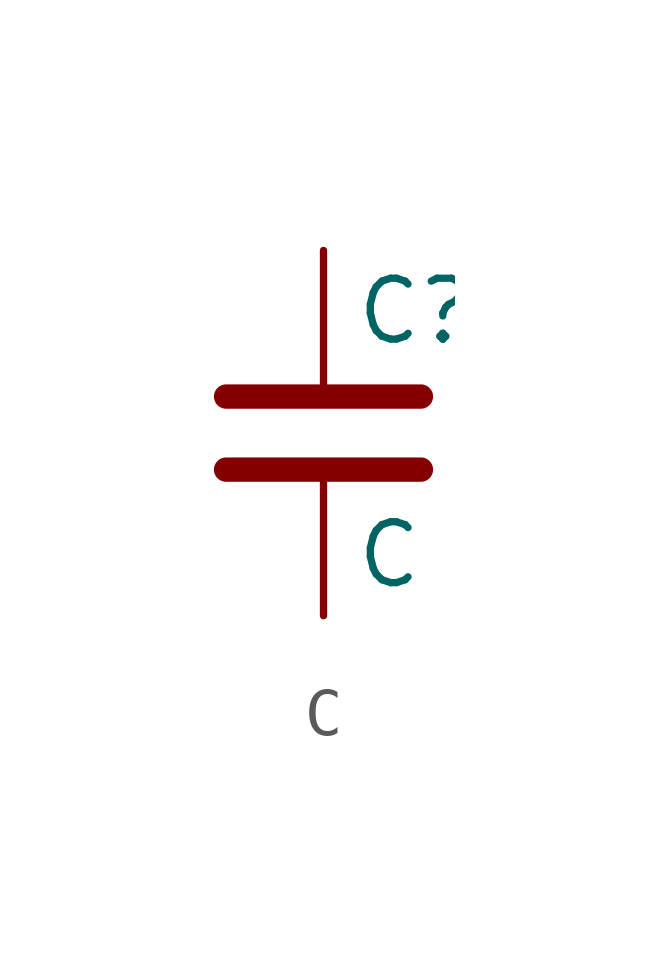
<source format=kicad_sym>
(kicad_symbol_lib
  (version 20220914)
  (generator kicad_symbol_editor)
  (symbol "C"
    (pin_numbers hide)
    (pin_names
      (offset 0.254))
    (property "Reference" "C"
      (at 0.635 2.54 0)
      (effects (font (size 1.27 1.27)) (justify left)))
    (property "Value" "C"
      (at 0.635 -2.54 0)
      (effects (font (size 1.27 1.27)) (justify left)))
    (property "Manufacturer" ""
      (at 0 0 0)
      (effects (font (size 1.27 1.27)) (justify left)))
    (property "Manufacturer Part Number" ""
      (at 0 0 0)
      (effects (font (size 1.27 1.27)) (justify left)))
    (property "Voltage" ""
      (at 0 0 0)
      (effects (font (size 1.27 1.27)) (justify left)))
    (property "Tolerance" ""
      (at 0 0 0)
      (effects (font (size 1.27 1.27)) (justify left)))
    (symbol "C_0_1"
      (polyline (pts (xy -2.032 -0.762) (xy 2.032 -0.762)) (stroke (width 0.508) (type default)) (fill (type none)))
      (polyline (pts (xy -2.032 0.762) (xy 2.032 0.762)) (stroke (width 0.508) (type default)) (fill (type none))))
    (symbol "C_1_1"
      (pin passive line (at 0 3.81 270) (length 2.794) (name "~" (effects (font (size 1.27 1.27)))) (number "1" (effects (font (size 1.27 1.27)))))
      (pin passive line (at 0 -3.81 90) (length 2.794) (name "~" (effects (font (size 1.27 1.27)))) (number "2" (effects (font (size 1.27 1.27))))))))
</source>
